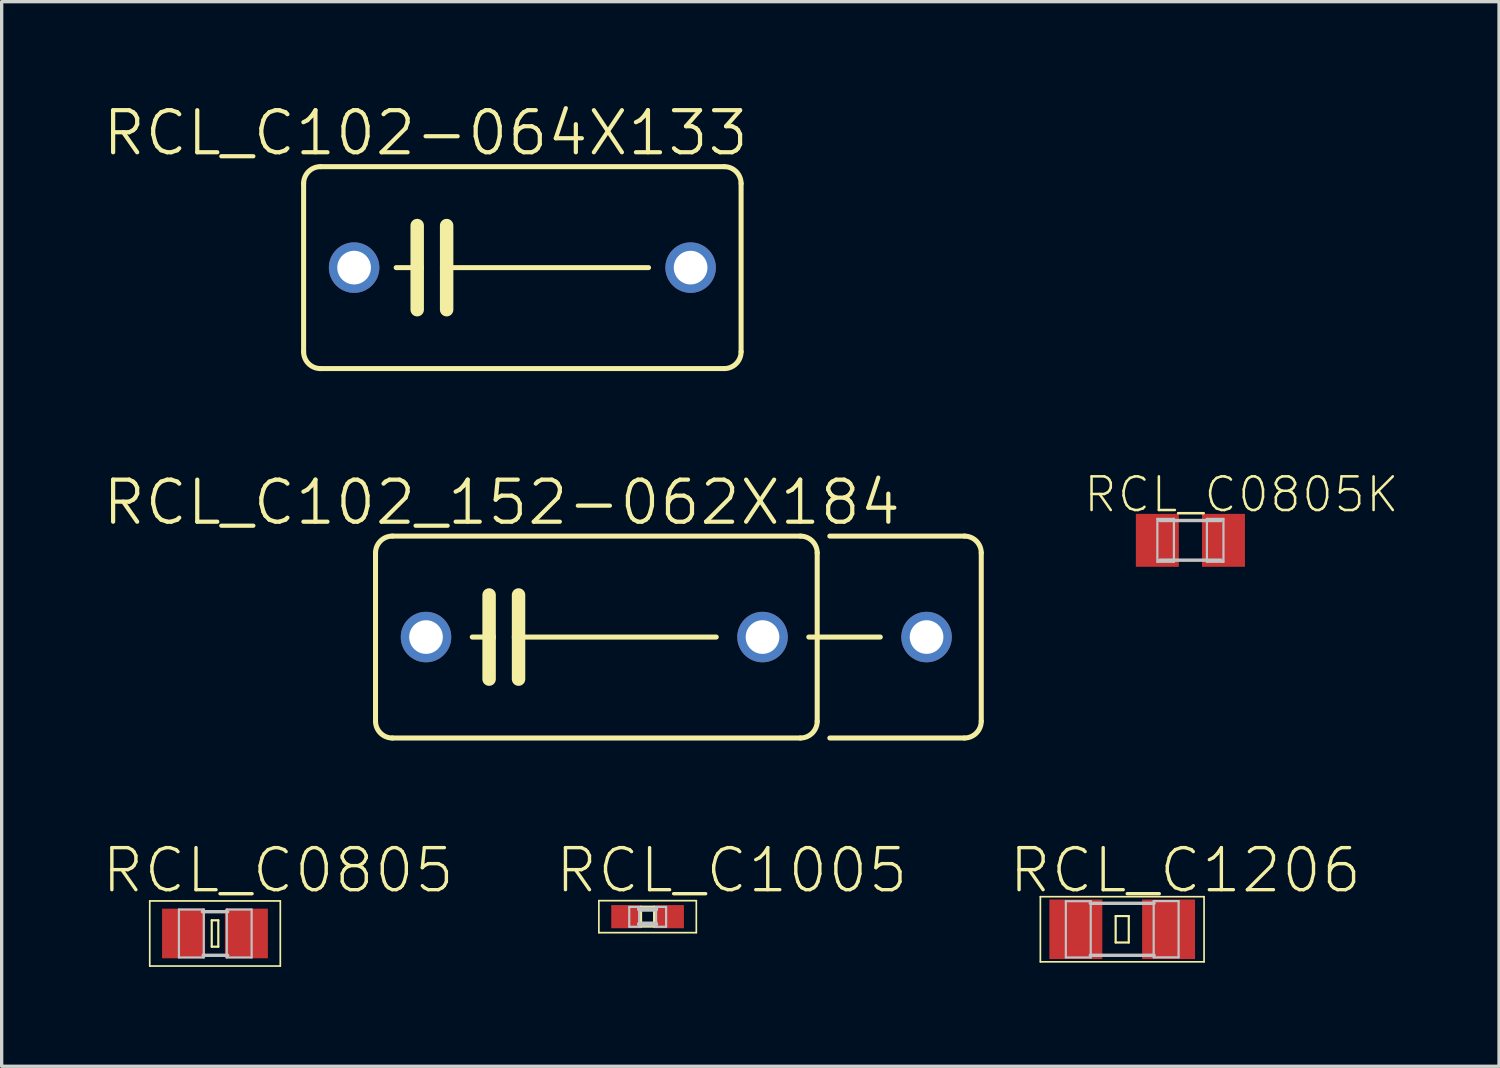
<source format=kicad_pcb>
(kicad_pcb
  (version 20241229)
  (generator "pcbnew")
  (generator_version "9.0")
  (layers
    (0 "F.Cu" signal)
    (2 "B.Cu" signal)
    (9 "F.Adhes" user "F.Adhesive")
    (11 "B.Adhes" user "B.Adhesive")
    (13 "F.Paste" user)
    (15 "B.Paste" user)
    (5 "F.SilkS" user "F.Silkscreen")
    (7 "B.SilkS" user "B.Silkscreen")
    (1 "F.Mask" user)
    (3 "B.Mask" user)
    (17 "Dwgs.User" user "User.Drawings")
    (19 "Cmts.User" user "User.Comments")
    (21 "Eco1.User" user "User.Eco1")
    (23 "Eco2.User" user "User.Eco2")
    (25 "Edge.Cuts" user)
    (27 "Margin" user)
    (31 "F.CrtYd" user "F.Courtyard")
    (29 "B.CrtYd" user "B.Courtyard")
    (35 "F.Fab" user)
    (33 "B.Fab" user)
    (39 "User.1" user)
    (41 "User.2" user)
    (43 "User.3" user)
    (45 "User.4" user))
  (footprint "RCL_C1005"
    (layer "F.Cu")
    (at 16.502 24.626)
    (property "Reference" "RCL_C1005" (at 2.54 -1.397 0) (layer "F.SilkS") (effects (font (size 1.27 1.27) (thickness 0.102))))
    (attr smd)
    (fp_line (start -1.471 -0.483) (end 1.471 -0.483) (stroke (width 0.051) (type solid)) (layer "F.SilkS"))
    (fp_line (start -1.471 0.483) (end -1.471 -0.483) (stroke (width 0.051) (type solid)) (layer "F.SilkS"))
    (fp_line (start -0.198 -0.3) (end 0.198 -0.3) (stroke (width 0.066) (type solid)) (layer "F.SilkS"))
    (fp_line (start -0.198 0.3) (end -0.198 -0.3) (stroke (width 0.066) (type solid)) (layer "F.SilkS"))
    (fp_line (start -0.198 0.3) (end 0.198 0.3) (stroke (width 0.066) (type solid)) (layer "F.SilkS"))
    (fp_line (start 0.198 0.3) (end 0.198 -0.3) (stroke (width 0.066) (type solid)) (layer "F.SilkS"))
    (fp_line (start 1.471 -0.483) (end 1.471 0.483) (stroke (width 0.051) (type solid)) (layer "F.SilkS"))
    (fp_line (start 1.471 0.483) (end -1.471 0.483) (stroke (width 0.051) (type solid)) (layer "F.SilkS"))
    (fp_line (start -0.554 -0.295) (end -0.254 -0.295) (stroke (width 0.066) (type solid)) (layer "Dwgs.User"))
    (fp_line (start -0.554 0.305) (end -0.554 -0.295) (stroke (width 0.066) (type solid)) (layer "Dwgs.User"))
    (fp_line (start -0.554 0.305) (end -0.254 0.305) (stroke (width 0.066) (type solid)) (layer "Dwgs.User"))
    (fp_line (start -0.254 0.305) (end -0.254 -0.295) (stroke (width 0.066) (type solid)) (layer "Dwgs.User"))
    (fp_line (start -0.244 -0.224) (end 0.244 -0.224) (stroke (width 0.152) (type solid)) (layer "Dwgs.User"))
    (fp_line (start 0.244 0.224) (end -0.244 0.224) (stroke (width 0.152) (type solid)) (layer "Dwgs.User"))
    (fp_line (start 0.257 -0.295) (end 0.559 -0.295) (stroke (width 0.066) (type solid)) (layer "Dwgs.User"))
    (fp_line (start 0.257 0.305) (end 0.257 -0.295) (stroke (width 0.066) (type solid)) (layer "Dwgs.User"))
    (fp_line (start 0.257 0.305) (end 0.559 0.305) (stroke (width 0.066) (type solid)) (layer "Dwgs.User"))
    (fp_line (start 0.559 0.305) (end 0.559 -0.295) (stroke (width 0.066) (type solid)) (layer "Dwgs.User"))
    (pad "1" smd rect (at -0.648 0) (size 0.899 0.699) (layers "F.Cu" "F.Mask" "F.Paste"))
    (pad "2" smd rect (at 0.648 0) (size 0.899 0.699) (layers "F.Cu" "F.Mask" "F.Paste")))
  (footprint "RCL_C1206"
    (layer "F.Cu")
    (at 30.832 25.007)
    (property "Reference" "RCL_C1206" (at 1.905 -1.778 0) (layer "F.SilkS") (effects (font (size 1.27 1.27) (thickness 0.102))))
    (attr smd)
    (fp_line (start -2.471 -0.983) (end 2.471 -0.983) (stroke (width 0.051) (type solid)) (layer "F.SilkS"))
    (fp_line (start -2.471 0.983) (end -2.471 -0.983) (stroke (width 0.051) (type solid)) (layer "F.SilkS"))
    (fp_line (start -0.198 -0.399) (end 0.198 -0.399) (stroke (width 0.066) (type solid)) (layer "F.SilkS"))
    (fp_line (start -0.198 0.399) (end -0.198 -0.399) (stroke (width 0.066) (type solid)) (layer "F.SilkS"))
    (fp_line (start -0.198 0.399) (end 0.198 0.399) (stroke (width 0.066) (type solid)) (layer "F.SilkS"))
    (fp_line (start 0.198 0.399) (end 0.198 -0.399) (stroke (width 0.066) (type solid)) (layer "F.SilkS"))
    (fp_line (start 2.471 -0.983) (end 2.471 0.983) (stroke (width 0.051) (type solid)) (layer "F.SilkS"))
    (fp_line (start 2.471 0.983) (end -2.471 0.983) (stroke (width 0.051) (type solid)) (layer "F.SilkS"))
    (fp_line (start -1.702 -0.848) (end -0.95 -0.848) (stroke (width 0.066) (type solid)) (layer "Dwgs.User"))
    (fp_line (start -1.702 0.851) (end -1.702 -0.848) (stroke (width 0.066) (type solid)) (layer "Dwgs.User"))
    (fp_line (start -1.702 0.851) (end -0.95 0.851) (stroke (width 0.066) (type solid)) (layer "Dwgs.User"))
    (fp_line (start -0.963 -0.785) (end 0.963 -0.785) (stroke (width 0.102) (type solid)) (layer "Dwgs.User"))
    (fp_line (start -0.963 0.785) (end 0.963 0.785) (stroke (width 0.102) (type solid)) (layer "Dwgs.User"))
    (fp_line (start -0.95 0.851) (end -0.95 -0.848) (stroke (width 0.066) (type solid)) (layer "Dwgs.User"))
    (fp_line (start 0.95 -0.851) (end 1.702 -0.851) (stroke (width 0.066) (type solid)) (layer "Dwgs.User"))
    (fp_line (start 0.95 0.848) (end 0.95 -0.851) (stroke (width 0.066) (type solid)) (layer "Dwgs.User"))
    (fp_line (start 0.95 0.848) (end 1.702 0.848) (stroke (width 0.066) (type solid)) (layer "Dwgs.User"))
    (fp_line (start 1.702 0.848) (end 1.702 -0.851) (stroke (width 0.066) (type solid)) (layer "Dwgs.User"))
    (pad "1" smd rect (at -1.4 0) (size 1.598 1.798) (layers "F.Cu" "F.Mask" "F.Paste"))
    (pad "2" smd rect (at 1.4 0) (size 1.598 1.798) (layers "F.Cu" "F.Mask" "F.Paste")))
  (footprint "RCL_C102-064X133"
    (layer "F.Cu")
    (at 12.721 5.03)
    (property "Reference" "RCL_C102-064X133" (at -2.921 -4.064 0) (layer "F.SilkS") (effects (font (size 1.27 1.27) (thickness 0.127))))
    (attr exclude_from_pos_files exclude_from_bom)
    (fp_line (start -6.604 2.54) (end -6.604 -2.54) (stroke (width 0.152) (type solid)) (layer "F.SilkS"))
    (fp_line (start -6.096 -3.048) (end 6.096 -3.048) (stroke (width 0.152) (type solid)) (layer "F.SilkS"))
    (fp_line (start -3.81 0) (end -3.175 0) (stroke (width 0.152) (type solid)) (layer "F.SilkS"))
    (fp_line (start -3.175 -1.27) (end -3.175 0) (stroke (width 0.406) (type solid)) (layer "F.SilkS"))
    (fp_line (start -3.175 0) (end -3.175 1.27) (stroke (width 0.406) (type solid)) (layer "F.SilkS"))
    (fp_line (start -2.286 -1.27) (end -2.286 0) (stroke (width 0.406) (type solid)) (layer "F.SilkS"))
    (fp_line (start -2.286 0) (end -2.286 1.27) (stroke (width 0.406) (type solid)) (layer "F.SilkS"))
    (fp_line (start 3.81 0) (end -2.286 0) (stroke (width 0.152) (type solid)) (layer "F.SilkS"))
    (fp_line (start 6.096 3.048) (end -6.096 3.048) (stroke (width 0.152) (type solid)) (layer "F.SilkS"))
    (fp_line (start 6.604 -2.54) (end 6.604 2.54) (stroke (width 0.152) (type solid)) (layer "F.SilkS"))
    (fp_arc (start -6.604 -2.54) (mid -6.45521 -2.89921) (end -6.096 -3.048) (stroke (width 0.1524) (type solid)) (layer "F.SilkS"))
    (fp_arc (start -6.096 3.048) (mid -6.45521 2.89921) (end -6.604 2.54) (stroke (width 0.1524) (type solid)) (layer "F.SilkS"))
    (fp_arc (start 6.096 -3.048) (mid 6.45521 -2.89921) (end 6.604 -2.54) (stroke (width 0.1524) (type solid)) (layer "F.SilkS"))
    (fp_arc (start 6.604 2.54) (mid 6.45521 2.89921) (end 6.096 3.048) (stroke (width 0.1524) (type solid)) (layer "F.SilkS"))
    (pad "1" thru_hole circle (at -5.08 0) (size 1.524 1.524) (drill 1.016) (layers "*.Cu" "*.Paste" "*.Mask"))
    (pad "2" thru_hole circle (at 5.08 0) (size 1.524 1.524) (drill 1.016) (layers "*.Cu" "*.Paste" "*.Mask")))
  (footprint "RCL_C102_152-062X184"
    (layer "F.Cu")
    (at 14.892 16.184)
    (property "Reference" "RCL_C102_152-062X184" (at -2.794 -4.064 0) (layer "F.SilkS") (effects (font (size 1.27 1.27) (thickness 0.127))))
    (attr exclude_from_pos_files exclude_from_bom)
    (fp_line (start -6.604 2.54) (end -6.604 -2.54) (stroke (width 0.152) (type solid)) (layer "F.SilkS"))
    (fp_line (start -6.096 -3.048) (end 6.223 -3.048) (stroke (width 0.152) (type solid)) (layer "F.SilkS"))
    (fp_line (start -3.683 0) (end -3.175 0) (stroke (width 0.152) (type solid)) (layer "F.SilkS"))
    (fp_line (start -3.175 -1.27) (end -3.175 0) (stroke (width 0.406) (type solid)) (layer "F.SilkS"))
    (fp_line (start -3.175 0) (end -3.175 1.27) (stroke (width 0.406) (type solid)) (layer "F.SilkS"))
    (fp_line (start -2.286 -1.27) (end -2.286 0) (stroke (width 0.406) (type solid)) (layer "F.SilkS"))
    (fp_line (start -2.286 0) (end -2.286 1.27) (stroke (width 0.406) (type solid)) (layer "F.SilkS"))
    (fp_line (start -2.286 0) (end 3.683 0) (stroke (width 0.152) (type solid)) (layer "F.SilkS"))
    (fp_line (start 6.223 3.048) (end -6.096 3.048) (stroke (width 0.152) (type solid)) (layer "F.SilkS"))
    (fp_line (start 6.477 0) (end 8.636 0) (stroke (width 0.152) (type solid)) (layer "F.SilkS"))
    (fp_line (start 6.731 -2.54) (end 6.731 2.54) (stroke (width 0.152) (type solid)) (layer "F.SilkS"))
    (fp_line (start 7.112 -3.048) (end 11.176 -3.048) (stroke (width 0.152) (type solid)) (layer "F.SilkS"))
    (fp_line (start 11.176 3.048) (end 7.112 3.048) (stroke (width 0.152) (type solid)) (layer "F.SilkS"))
    (fp_line (start 11.684 -2.54) (end 11.684 2.54) (stroke (width 0.152) (type solid)) (layer "F.SilkS"))
    (fp_arc (start -6.604 -2.54) (mid -6.45521 -2.89921) (end -6.096 -3.048) (stroke (width 0.1524) (type solid)) (layer "F.SilkS"))
    (fp_arc (start -6.096 3.048) (mid -6.45521 2.89921) (end -6.604 2.54) (stroke (width 0.1524) (type solid)) (layer "F.SilkS"))
    (fp_arc (start 6.223 -3.048) (mid 6.58221 -2.89921) (end 6.731 -2.54) (stroke (width 0.1524) (type solid)) (layer "F.SilkS"))
    (fp_arc (start 6.731 2.54) (mid 6.58221 2.89921) (end 6.223 3.048) (stroke (width 0.1524) (type solid)) (layer "F.SilkS"))
    (fp_arc (start 11.176 -3.048) (mid 11.53521 -2.89921) (end 11.684 -2.54) (stroke (width 0.1524) (type solid)) (layer "F.SilkS"))
    (fp_arc (start 11.684 2.54) (mid 11.53521 2.89921) (end 11.176 3.048) (stroke (width 0.1524) (type solid)) (layer "F.SilkS"))
    (pad "1" thru_hole circle (at -5.08 0) (size 1.524 1.524) (drill 1.016) (layers "*.Cu" "*.Paste" "*.Mask"))
    (pad "2" thru_hole circle (at 5.08 0) (size 1.524 1.524) (drill 1.016) (layers "*.Cu" "*.Paste" "*.Mask"))
    (pad "3" thru_hole circle (at 10.033 0) (size 1.524 1.524) (drill 1.016) (layers "*.Cu" "*.Paste" "*.Mask")))
  (footprint "RCL_C0805"
    (layer "F.Cu")
    (at 3.442 25.134)
    (property "Reference" "RCL_C0805" (at 1.905 -1.905 0) (layer "F.SilkS") (effects (font (size 1.27 1.27) (thickness 0.102))))
    (attr smd)
    (fp_line (start -1.971 -0.983) (end 1.971 -0.983) (stroke (width 0.051) (type solid)) (layer "F.SilkS"))
    (fp_line (start -1.971 0.983) (end -1.971 -0.983) (stroke (width 0.051) (type solid)) (layer "F.SilkS"))
    (fp_line (start -0.099 -0.399) (end 0.099 -0.399) (stroke (width 0.066) (type solid)) (layer "F.SilkS"))
    (fp_line (start -0.099 0.399) (end -0.099 -0.399) (stroke (width 0.066) (type solid)) (layer "F.SilkS"))
    (fp_line (start -0.099 0.399) (end 0.099 0.399) (stroke (width 0.066) (type solid)) (layer "F.SilkS"))
    (fp_line (start 0.099 0.399) (end 0.099 -0.399) (stroke (width 0.066) (type solid)) (layer "F.SilkS"))
    (fp_line (start 1.971 -0.983) (end 1.971 0.983) (stroke (width 0.051) (type solid)) (layer "F.SilkS"))
    (fp_line (start 1.971 0.983) (end -1.971 0.983) (stroke (width 0.051) (type solid)) (layer "F.SilkS"))
    (fp_line (start -1.09 -0.724) (end -0.34 -0.724) (stroke (width 0.066) (type solid)) (layer "Dwgs.User"))
    (fp_line (start -1.09 0.724) (end -1.09 -0.724) (stroke (width 0.066) (type solid)) (layer "Dwgs.User"))
    (fp_line (start -1.09 0.724) (end -0.34 0.724) (stroke (width 0.066) (type solid)) (layer "Dwgs.User"))
    (fp_line (start -0.381 -0.658) (end 0.381 -0.658) (stroke (width 0.102) (type solid)) (layer "Dwgs.User"))
    (fp_line (start -0.356 0.658) (end 0.381 0.658) (stroke (width 0.102) (type solid)) (layer "Dwgs.User"))
    (fp_line (start -0.34 0.724) (end -0.34 -0.724) (stroke (width 0.066) (type solid)) (layer "Dwgs.User"))
    (fp_line (start 0.356 -0.724) (end 1.105 -0.724) (stroke (width 0.066) (type solid)) (layer "Dwgs.User"))
    (fp_line (start 0.356 0.724) (end 0.356 -0.724) (stroke (width 0.066) (type solid)) (layer "Dwgs.User"))
    (fp_line (start 0.356 0.724) (end 1.105 0.724) (stroke (width 0.066) (type solid)) (layer "Dwgs.User"))
    (fp_line (start 1.105 0.724) (end 1.105 -0.724) (stroke (width 0.066) (type solid)) (layer "Dwgs.User"))
    (pad "1" smd rect (at -0.95 0) (size 1.298 1.499) (layers "F.Cu" "F.Mask" "F.Paste"))
    (pad "2" smd rect (at 0.947 0) (size 1.298 1.499) (layers "F.Cu" "F.Mask" "F.Paste")))
  (footprint "RCL_C0805K"
    (layer "F.Cu")
    (at 32.891 13.264)
    (property "Reference" "RCL_C0805K" (at 1.539 -1.382 0) (layer "F.SilkS") (effects (font (size 1.016 1.016) (thickness 0.076))))
    (attr smd)
    (fp_line (start -0.998 -0.648) (end -0.498 -0.648) (stroke (width 0.066) (type solid)) (layer "Dwgs.User"))
    (fp_line (start -0.998 0.648) (end -0.998 -0.648) (stroke (width 0.066) (type solid)) (layer "Dwgs.User"))
    (fp_line (start -0.998 0.648) (end -0.498 0.648) (stroke (width 0.066) (type solid)) (layer "Dwgs.User"))
    (fp_line (start -0.925 -0.599) (end 0.925 -0.599) (stroke (width 0.102) (type solid)) (layer "Dwgs.User"))
    (fp_line (start -0.498 0.648) (end -0.498 -0.648) (stroke (width 0.066) (type solid)) (layer "Dwgs.User"))
    (fp_line (start 0.498 -0.648) (end 0.998 -0.648) (stroke (width 0.066) (type solid)) (layer "Dwgs.User"))
    (fp_line (start 0.498 0.648) (end 0.498 -0.648) (stroke (width 0.066) (type solid)) (layer "Dwgs.User"))
    (fp_line (start 0.498 0.648) (end 0.998 0.648) (stroke (width 0.066) (type solid)) (layer "Dwgs.User"))
    (fp_line (start 0.925 0.599) (end -0.925 0.599) (stroke (width 0.102) (type solid)) (layer "Dwgs.User"))
    (fp_line (start 0.998 0.648) (end 0.998 -0.648) (stroke (width 0.066) (type solid)) (layer "Dwgs.User"))
    (pad "1" smd rect (at -0.998 0) (size 1.298 1.598) (layers "F.Cu" "F.Mask" "F.Paste"))
    (pad "2" smd rect (at 0.998 0) (size 1.298 1.598) (layers "F.Cu" "F.Mask" "F.Paste")))
  (gr_rect
    (start -3 -3)
    (end 42.209 29.143)
    (stroke (width 0.1) (type default))
    (fill no)
    (layer "Edge.Cuts")))
</source>
